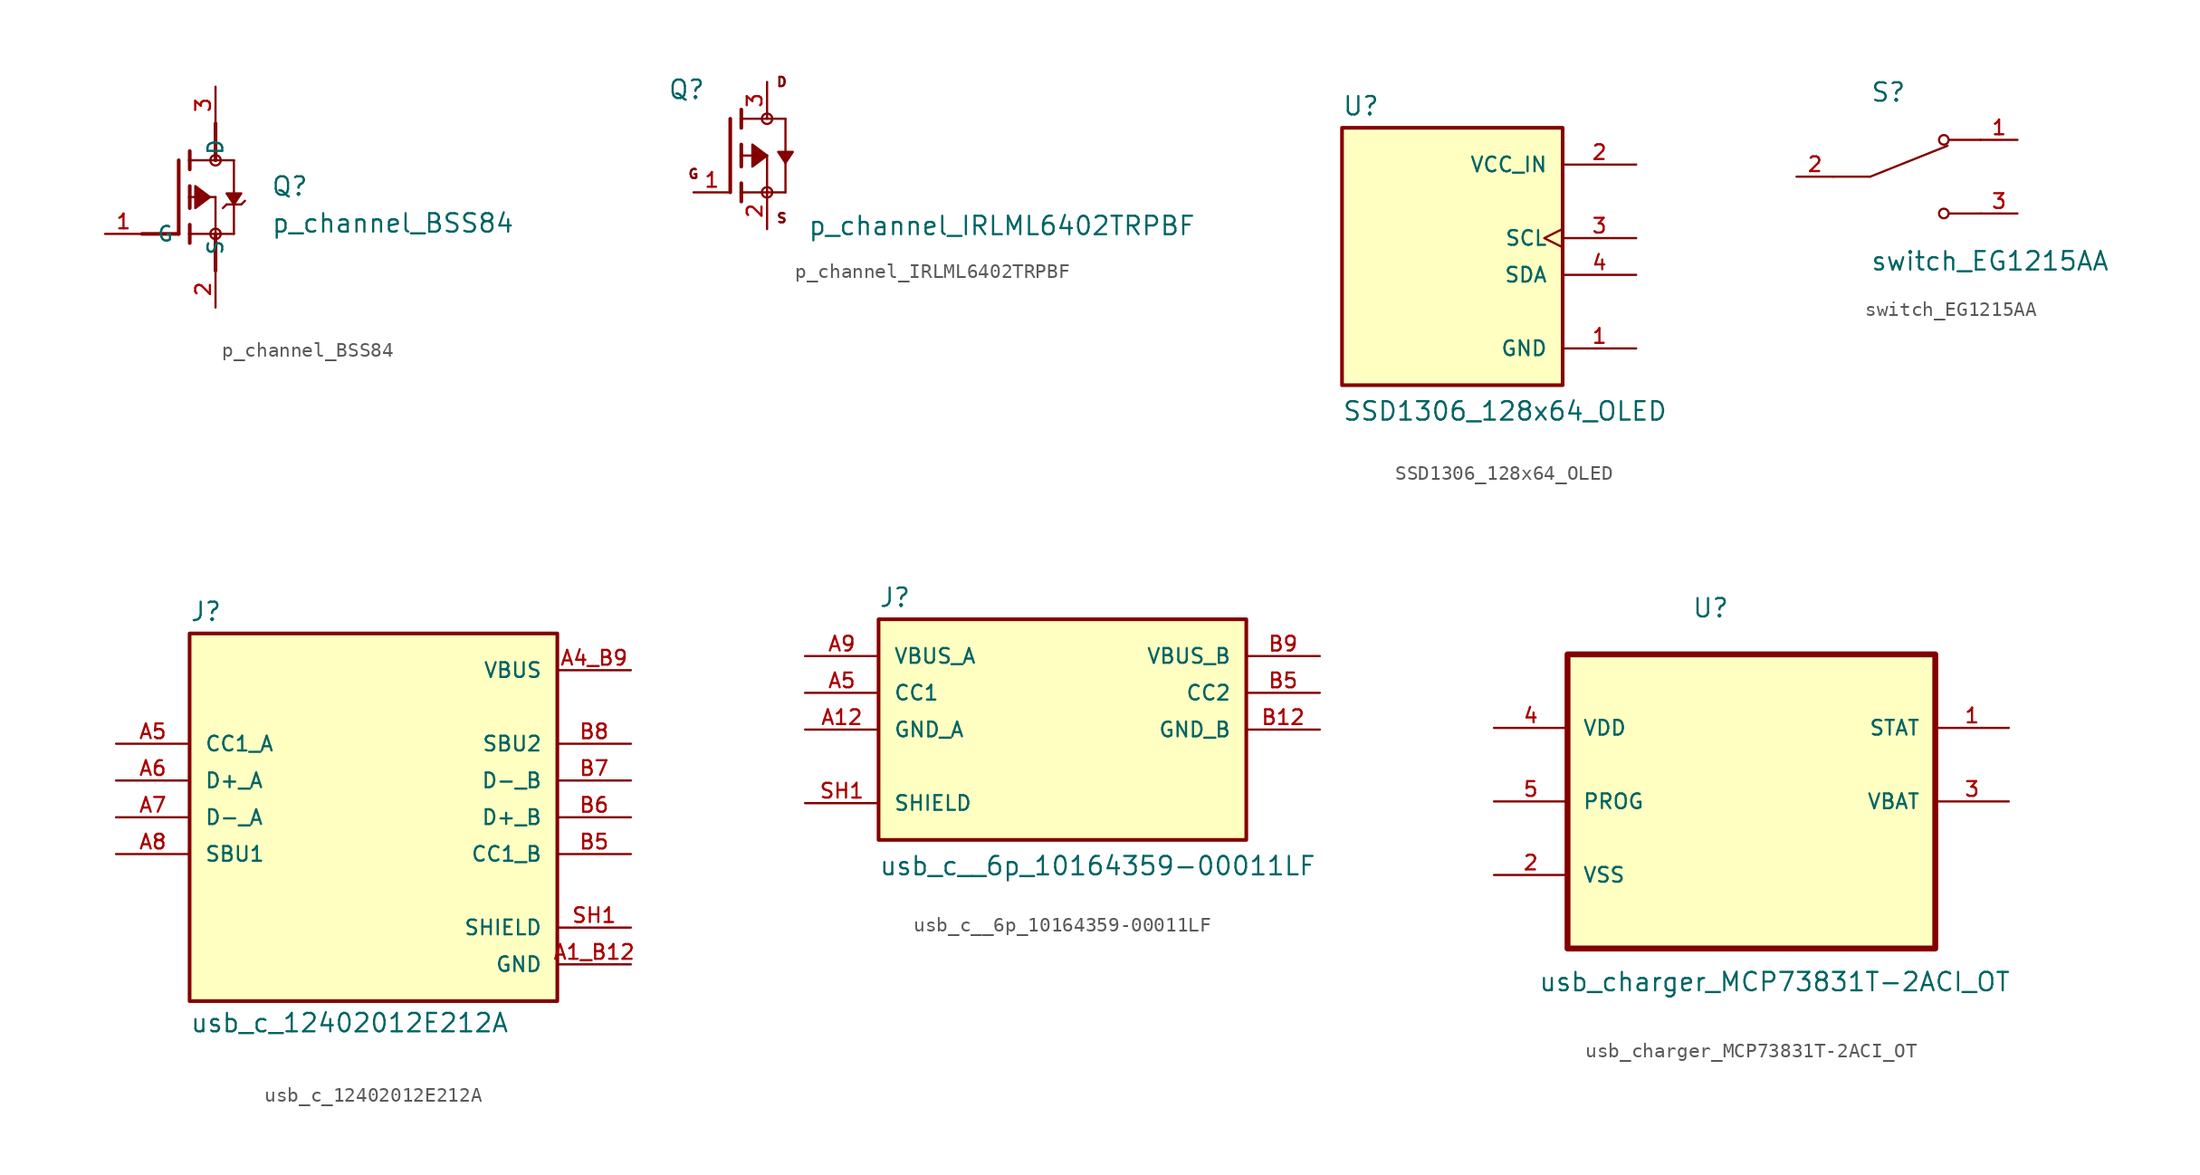
<source format=kicad_sym>
(kicad_symbol_lib
  (version 20241209)
  (generator "kicad_symbol_editor")
  (generator_version "9.0")
  (symbol "p_channel_BSS84"
    (pin_names
      (offset 1.016))
    (property "Reference" "Q"
      (at 6.354 0 0)
      (effects (font (size 1.27 1.27)) (justify left bottom)))
    (property "Value" "p_channel_BSS84"
      (at 6.362 -2.545 0)
      (effects (font (size 1.27 1.27)) (justify left bottom)))
    (symbol "p_channel_BSS84_0_0"
      (polyline (pts (xy -2.54 -2.54) (xy 0 -2.54)) (stroke (width 0.254) (type default)) (fill (type none)))
      (polyline (pts (xy 0 2.54) (xy 0 -2.54)) (stroke (width 0.254) (type default)) (fill (type none)))
      (polyline (pts (xy 0.762 3.175) (xy 0.762 2.54)) (stroke (width 0.254) (type default)) (fill (type none)))
      (polyline (pts (xy 0.762 2.54) (xy 0.762 1.905)) (stroke (width 0.254) (type default)) (fill (type none)))
      (polyline (pts (xy 0.762 2.54) (xy 2.54 2.54)) (stroke (width 0.152) (type default)) (fill (type none)))
      (polyline (pts (xy 0.762 0.762) (xy 0.762 0)) (stroke (width 0.254) (type default)) (fill (type none)))
      (polyline (pts (xy 0.762 0) (xy 0.762 -0.762)) (stroke (width 0.254) (type default)) (fill (type none)))
      (polyline (pts (xy 0.762 0) (xy 2.54 0)) (stroke (width 0.152) (type default)) (fill (type none)))
      (polyline (pts (xy 0.762 -1.905) (xy 0.762 -2.54)) (stroke (width 0.254) (type default)) (fill (type none)))
      (polyline (pts (xy 0.762 -2.54) (xy 0.762 -3.175)) (stroke (width 0.254) (type default)) (fill (type none)))
      (polyline (pts (xy 2.159 0) (xy 1.143 -0.762) (xy 1.143 0.762) (xy 2.159 0)) (stroke (width 0.152) (type default)) (fill (type outline)))
      (polyline (pts (xy 2.54 5.08) (xy 2.54 2.54)) (stroke (width 0.254) (type default)) (fill (type none)))
      (polyline (pts (xy 2.54 2.54) (xy 3.81 2.54)) (stroke (width 0.152) (type default)) (fill (type none)))
      (circle (center 2.54 2.54) (radius 0.359) (stroke (width 0) (type default)) (fill (type none)))
      (polyline (pts (xy 2.54 0) (xy 2.54 -2.54)) (stroke (width 0.152) (type default)) (fill (type none)))
      (polyline (pts (xy 2.54 -2.54) (xy 0.762 -2.54)) (stroke (width 0.152) (type default)) (fill (type none)))
      (polyline (pts (xy 2.54 -2.54) (xy 3.81 -2.54)) (stroke (width 0.152) (type default)) (fill (type none)))
      (circle (center 2.54 -2.54) (radius 0.359) (stroke (width 0) (type default)) (fill (type none)))
      (polyline (pts (xy 2.54 -5.08) (xy 2.54 -2.54)) (stroke (width 0.254) (type default)) (fill (type none)))
      (polyline (pts (xy 3.048 -0.762) (xy 3.302 -0.508)) (stroke (width 0.152) (type default)) (fill (type none)))
      (polyline (pts (xy 3.302 -0.508) (xy 3.81 -0.508)) (stroke (width 0.152) (type default)) (fill (type none)))
      (polyline (pts (xy 3.81 2.54) (xy 3.81 -0.508)) (stroke (width 0.152) (type default)) (fill (type none)))
      (polyline (pts (xy 3.81 -0.508) (xy 3.81 -2.54)) (stroke (width 0.152) (type default)) (fill (type none)))
      (polyline (pts (xy 3.81 -0.508) (xy 4.318 -0.508)) (stroke (width 0.152) (type default)) (fill (type none)))
      (polyline (pts (xy 3.81 -0.508) (xy 4.318 0.254) (xy 3.302 0.254) (xy 3.81 -0.508)) (stroke (width 0.152) (type default)) (fill (type outline)))
      (polyline (pts (xy 4.318 -0.508) (xy 4.572 -0.254)) (stroke (width 0.152) (type default)) (fill (type none)))
      (pin passive line (at -5.08 -2.54 0) (length 2.54) (name "G" (effects (font (size 1.016 1.016)))) (number "1" (effects (font (size 1.016 1.016)))))
      (pin passive line (at 2.54 7.62 270) (length 2.54) (name "D" (effects (font (size 1.016 1.016)))) (number "3" (effects (font (size 1.016 1.016)))))
      (pin passive line (at 2.54 -7.62 90) (length 2.54) (name "S" (effects (font (size 1.016 1.016)))) (number "2" (effects (font (size 1.016 1.016)))))))
  (symbol "p_channel_IRLML6402TRPBF"
    (pin_names
      (offset 1.016))
    (property "Reference" "Q"
      (at -6.858 3.81 0)
      (effects (font (size 1.27 1.27)) (justify left bottom)))
    (property "Value" "p_channel_IRLML6402TRPBF"
      (at 2.794 -5.588 0)
      (effects (font (size 1.27 1.27)) (justify left bottom)))
    (symbol "p_channel_IRLML6402TRPBF_0_0"
      (polyline (pts (xy -2.54 2.54) (xy -2.54 -2.54)) (stroke (width 0.254) (type default)) (fill (type none)))
      (polyline (pts (xy -1.778 3.175) (xy -1.778 2.54)) (stroke (width 0.254) (type default)) (fill (type none)))
      (polyline (pts (xy -1.778 2.54) (xy -1.778 1.905)) (stroke (width 0.254) (type default)) (fill (type none)))
      (polyline (pts (xy -1.778 2.54) (xy 1.27 2.54)) (stroke (width 0.152) (type default)) (fill (type none)))
      (polyline (pts (xy -1.778 0.762) (xy -1.778 0)) (stroke (width 0.254) (type default)) (fill (type none)))
      (polyline (pts (xy -1.778 0) (xy -1.778 -0.762)) (stroke (width 0.254) (type default)) (fill (type none)))
      (polyline (pts (xy -1.778 0) (xy 0 0)) (stroke (width 0.152) (type default)) (fill (type none)))
      (polyline (pts (xy -1.778 -1.905) (xy -1.778 -2.54)) (stroke (width 0.254) (type default)) (fill (type none)))
      (polyline (pts (xy -1.778 -2.54) (xy -1.778 -3.175)) (stroke (width 0.254) (type default)) (fill (type none)))
      (circle (center 0 2.54) (radius 0.359) (stroke (width 0) (type default)) (fill (type none)))
      (polyline (pts (xy 0 0) (xy 0 -2.54)) (stroke (width 0.152) (type default)) (fill (type none)))
      (polyline (pts (xy 0 0) (xy -1.016 -0.762) (xy -1.016 0.762) (xy 0 0)) (stroke (width 0.152) (type default)) (fill (type outline)))
      (polyline (pts (xy 0 -2.54) (xy -1.778 -2.54)) (stroke (width 0.152) (type default)) (fill (type none)))
      (polyline (pts (xy 0 -2.54) (xy 1.27 -2.54)) (stroke (width 0.152) (type default)) (fill (type none)))
      (circle (center 0 -2.54) (radius 0.359) (stroke (width 0) (type default)) (fill (type none)))
      (polyline (pts (xy 1.27 2.54) (xy 1.27 -0.508)) (stroke (width 0.152) (type default)) (fill (type none)))
      (polyline (pts (xy 1.27 -0.508) (xy 1.27 -2.54)) (stroke (width 0.152) (type default)) (fill (type none)))
      (polyline (pts (xy 1.27 -0.508) (xy 1.778 0.254) (xy 0.762 0.254) (xy 1.27 -0.508)) (stroke (width 0.152) (type default)) (fill (type outline)))
      (pin passive line (at -5.08 -2.54 0) (length 2.54) (name "~" (effects (font (size 1.016 1.016)))) (number "1" (effects (font (size 1.016 1.016)))))
      (pin passive line (at 0 5.08 270) (length 2.54) (name "~" (effects (font (size 1.016 1.016)))) (number "3" (effects (font (size 1.016 1.016)))))
      (pin passive line (at 0 -5.08 90) (length 2.54) (name "~" (effects (font (size 1.016 1.016)))) (number "2" (effects (font (size 1.016 1.016))))))
    (symbol "p_channel_IRLML6402TRPBF_1_1"
      (text "G" (at -5.08 -1.27 0) (effects (font (size 0.635 0.635))))
      (text "D" (at 1.016 5.08 0) (effects (font (size 0.635 0.635))))
      (text "S" (at 1.016 -4.318 0) (effects (font (size 0.635 0.635))))))
  (symbol "SSD1306_128x64_OLED"
    (pin_names
      (offset 1.016))
    (property "Reference" "U"
      (at -7.62 10.922 0)
      (effects (font (size 1.27 1.27)) (justify left bottom)))
    (property "Value" "SSD1306_128x64_OLED"
      (at -7.62 -10.16 0)
      (effects (font (size 1.27 1.27)) (justify left bottom)))
    (symbol "SSD1306_128x64_OLED_0_0"
      (rectangle (start -7.62 -7.62) (end 7.62 10.16) (stroke (width 0.254) (type default)) (fill (type background)))
      (pin power_in line (at 12.7 7.62 180) (length 5.08) (name "VCC_IN" (effects (font (size 1.016 1.016)))) (number "2" (effects (font (size 1.016 1.016)))))
      (pin input clock (at 12.7 2.54 180) (length 5.08) (name "SCL" (effects (font (size 1.016 1.016)))) (number "3" (effects (font (size 1.016 1.016)))))
      (pin bidirectional line (at 12.7 0 180) (length 5.08) (name "SDA" (effects (font (size 1.016 1.016)))) (number "4" (effects (font (size 1.016 1.016)))))
      (pin power_in line (at 12.7 -5.08 180) (length 5.08) (name "GND" (effects (font (size 1.016 1.016)))) (number "1" (effects (font (size 1.016 1.016)))))))
  (symbol "switch_EG1215AA"
    (pin_names
      (offset 1.016))
    (property "Reference" "S"
      (at -2.54 5.08 0)
      (effects (font (size 1.27 1.27)) (justify left bottom)))
    (property "Value" "switch_EG1215AA"
      (at -2.54 -5.08 0)
      (effects (font (size 1.27 1.27)) (justify left top)))
    (symbol "switch_EG1215AA_0_0"
      (polyline (pts (xy -2.54 0) (xy -5.08 0)) (stroke (width 0.152) (type default)) (fill (type none)))
      (polyline (pts (xy -2.54 0) (xy 2.794 2.134)) (stroke (width 0.152) (type default)) (fill (type none)))
      (circle (center 2.54 2.54) (radius 0.33) (stroke (width 0.152) (type default)) (fill (type none)))
      (circle (center 2.54 -2.54) (radius 0.33) (stroke (width 0.152) (type default)) (fill (type none)))
      (polyline (pts (xy 5.08 2.54) (xy 2.921 2.54)) (stroke (width 0.152) (type default)) (fill (type none)))
      (polyline (pts (xy 5.08 -2.54) (xy 2.921 -2.54)) (stroke (width 0.152) (type default)) (fill (type none)))
      (pin passive line (at -7.62 0 0) (length 2.54) (name "~" (effects (font (size 1.016 1.016)))) (number "2" (effects (font (size 1.016 1.016)))))
      (pin passive line (at 7.62 2.54 180) (length 2.54) (name "~" (effects (font (size 1.016 1.016)))) (number "1" (effects (font (size 1.016 1.016)))))
      (pin passive line (at 7.62 -2.54 180) (length 2.54) (name "~" (effects (font (size 1.016 1.016)))) (number "3" (effects (font (size 1.016 1.016)))))))
  (symbol "usb_c_12402012E212A"
    (pin_names
      (offset 1.016))
    (property "Reference" "J"
      (at -12.7 13.462 0)
      (effects (font (size 1.27 1.27)) (justify left bottom)))
    (property "Value" "usb_c_12402012E212A"
      (at -12.7 -13.462 0)
      (effects (font (size 1.27 1.27)) (justify left top)))
    (symbol "usb_c_12402012E212A_0_0"
      (rectangle (start -12.7 -12.7) (end 12.7 12.7) (stroke (width 0.254) (type default)) (fill (type background)))
      (pin bidirectional line (at -17.78 5.08 0) (length 5.08) (name "CC1_A" (effects (font (size 1.016 1.016)))) (number "A5" (effects (font (size 1.016 1.016)))))
      (pin bidirectional line (at -17.78 2.54 0) (length 5.08) (name "D+_A" (effects (font (size 1.016 1.016)))) (number "A6" (effects (font (size 1.016 1.016)))))
      (pin bidirectional line (at -17.78 0 0) (length 5.08) (name "D-_A" (effects (font (size 1.016 1.016)))) (number "A7" (effects (font (size 1.016 1.016)))))
      (pin bidirectional line (at -17.78 -2.54 0) (length 5.08) (name "SBU1" (effects (font (size 1.016 1.016)))) (number "A8" (effects (font (size 1.016 1.016)))))
      (pin power_in line (at 17.78 10.16 180) (length 5.08) (name "VBUS" (effects (font (size 1.016 1.016)))) (number "A4_B9" (effects (font (size 1.016 1.016)))))
      (pin power_in line (at 17.78 10.16 180) (length 5.08) (hide yes) (name "VBUS" (effects (font (size 1.016 1.016)))) (number "B4_A9" (effects (font (size 1.016 1.016)))))
      (pin bidirectional line (at 17.78 5.08 180) (length 5.08) (name "SBU2" (effects (font (size 1.016 1.016)))) (number "B8" (effects (font (size 1.016 1.016)))))
      (pin bidirectional line (at 17.78 2.54 180) (length 5.08) (name "D-_B" (effects (font (size 1.016 1.016)))) (number "B7" (effects (font (size 1.016 1.016)))))
      (pin bidirectional line (at 17.78 0 180) (length 5.08) (name "D+_B" (effects (font (size 1.016 1.016)))) (number "B6" (effects (font (size 1.016 1.016)))))
      (pin bidirectional line (at 17.78 -2.54 180) (length 5.08) (name "CC1_B" (effects (font (size 1.016 1.016)))) (number "B5" (effects (font (size 1.016 1.016)))))
      (pin passive line (at 17.78 -7.62 180) (length 5.08) (name "SHIELD" (effects (font (size 1.016 1.016)))) (number "SH1" (effects (font (size 1.016 1.016)))))
      (pin passive line (at 17.78 -7.62 180) (length 5.08) (hide yes) (name "SHIELD" (effects (font (size 1.016 1.016)))) (number "SH2" (effects (font (size 1.016 1.016)))))
      (pin passive line (at 17.78 -7.62 180) (length 5.08) (hide yes) (name "SHIELD" (effects (font (size 1.016 1.016)))) (number "SH3" (effects (font (size 1.016 1.016)))))
      (pin passive line (at 17.78 -7.62 180) (length 5.08) (hide yes) (name "SHIELD" (effects (font (size 1.016 1.016)))) (number "SH4" (effects (font (size 1.016 1.016)))))
      (pin power_in line (at 17.78 -10.16 180) (length 5.08) (name "GND" (effects (font (size 1.016 1.016)))) (number "A1_B12" (effects (font (size 1.016 1.016)))))
      (pin power_in line (at 17.78 -10.16 180) (length 5.08) (hide yes) (name "GND" (effects (font (size 1.016 1.016)))) (number "B1_A12" (effects (font (size 1.016 1.016)))))))
  (symbol "usb_c__6p_10164359-00011LF"
    (pin_names
      (offset 1.016))
    (property "Reference" "J"
      (at -12.7 8.382 0)
      (effects (font (size 1.27 1.27)) (justify left bottom)))
    (property "Value" "usb_c__6p_10164359-00011LF"
      (at -12.7 -10.16 0)
      (effects (font (size 1.27 1.27)) (justify left bottom)))
    (symbol "usb_c__6p_10164359-00011LF_0_0"
      (rectangle (start -12.7 -7.62) (end 12.7 7.62) (stroke (width 0.254) (type default)) (fill (type background)))
      (pin power_in line (at -17.78 5.08 0) (length 5.08) (name "VBUS_A" (effects (font (size 1.016 1.016)))) (number "A9" (effects (font (size 1.016 1.016)))))
      (pin bidirectional line (at -17.78 2.54 0) (length 5.08) (name "CC1" (effects (font (size 1.016 1.016)))) (number "A5" (effects (font (size 1.016 1.016)))))
      (pin power_in line (at -17.78 0 0) (length 5.08) (name "GND_A" (effects (font (size 1.016 1.016)))) (number "A12" (effects (font (size 1.016 1.016)))))
      (pin passive line (at -17.78 -5.08 0) (length 5.08) (name "SHIELD" (effects (font (size 1.016 1.016)))) (number "SH1" (effects (font (size 1.016 1.016)))))
      (pin passive line (at -17.78 -5.08 0) (length 5.08) (hide yes) (name "SHIELD" (effects (font (size 1.016 1.016)))) (number "SH2" (effects (font (size 1.016 1.016)))))
      (pin passive line (at -17.78 -5.08 0) (length 5.08) (hide yes) (name "SHIELD" (effects (font (size 1.016 1.016)))) (number "SH3" (effects (font (size 1.016 1.016)))))
      (pin passive line (at -17.78 -5.08 0) (length 5.08) (hide yes) (name "SHIELD" (effects (font (size 1.016 1.016)))) (number "SH4" (effects (font (size 1.016 1.016)))))
      (pin power_in line (at 17.78 5.08 180) (length 5.08) (name "VBUS_B" (effects (font (size 1.016 1.016)))) (number "B9" (effects (font (size 1.016 1.016)))))
      (pin bidirectional line (at 17.78 2.54 180) (length 5.08) (name "CC2" (effects (font (size 1.016 1.016)))) (number "B5" (effects (font (size 1.016 1.016)))))
      (pin power_in line (at 17.78 0 180) (length 5.08) (name "GND_B" (effects (font (size 1.016 1.016)))) (number "B12" (effects (font (size 1.016 1.016)))))))
  (symbol "usb_charger_MCP73831T-2ACI_OT"
    (pin_names
      (offset 1.016))
    (property "Reference" "U"
      (at -4.123 10.078 0)
      (effects (font (size 1.27 1.27)) (justify left bottom)))
    (property "Value" "usb_charger_MCP73831T-2ACI_OT"
      (at -14.732 -15.748 0)
      (effects (font (size 1.27 1.27)) (justify left bottom)))
    (symbol "usb_charger_MCP73831T-2ACI_OT_0_0"
      (rectangle (start -12.7 7.62) (end 12.7 -12.7) (stroke (width 0.406) (type default)) (fill (type background)))
      (pin power_in line (at -17.78 2.54 0) (length 5.08) (name "VDD" (effects (font (size 1.016 1.016)))) (number "4" (effects (font (size 1.016 1.016)))))
      (pin input line (at -17.78 -2.54 0) (length 5.08) (name "PROG" (effects (font (size 1.016 1.016)))) (number "5" (effects (font (size 1.016 1.016)))))
      (pin power_in line (at -17.78 -7.62 0) (length 5.08) (name "VSS" (effects (font (size 1.016 1.016)))) (number "2" (effects (font (size 1.016 1.016)))))
      (pin output line (at 17.78 2.54 180) (length 5.08) (name "STAT" (effects (font (size 1.016 1.016)))) (number "1" (effects (font (size 1.016 1.016)))))
      (pin output line (at 17.78 -2.54 180) (length 5.08) (name "VBAT" (effects (font (size 1.016 1.016)))) (number "3" (effects (font (size 1.016 1.016))))))))
</source>
